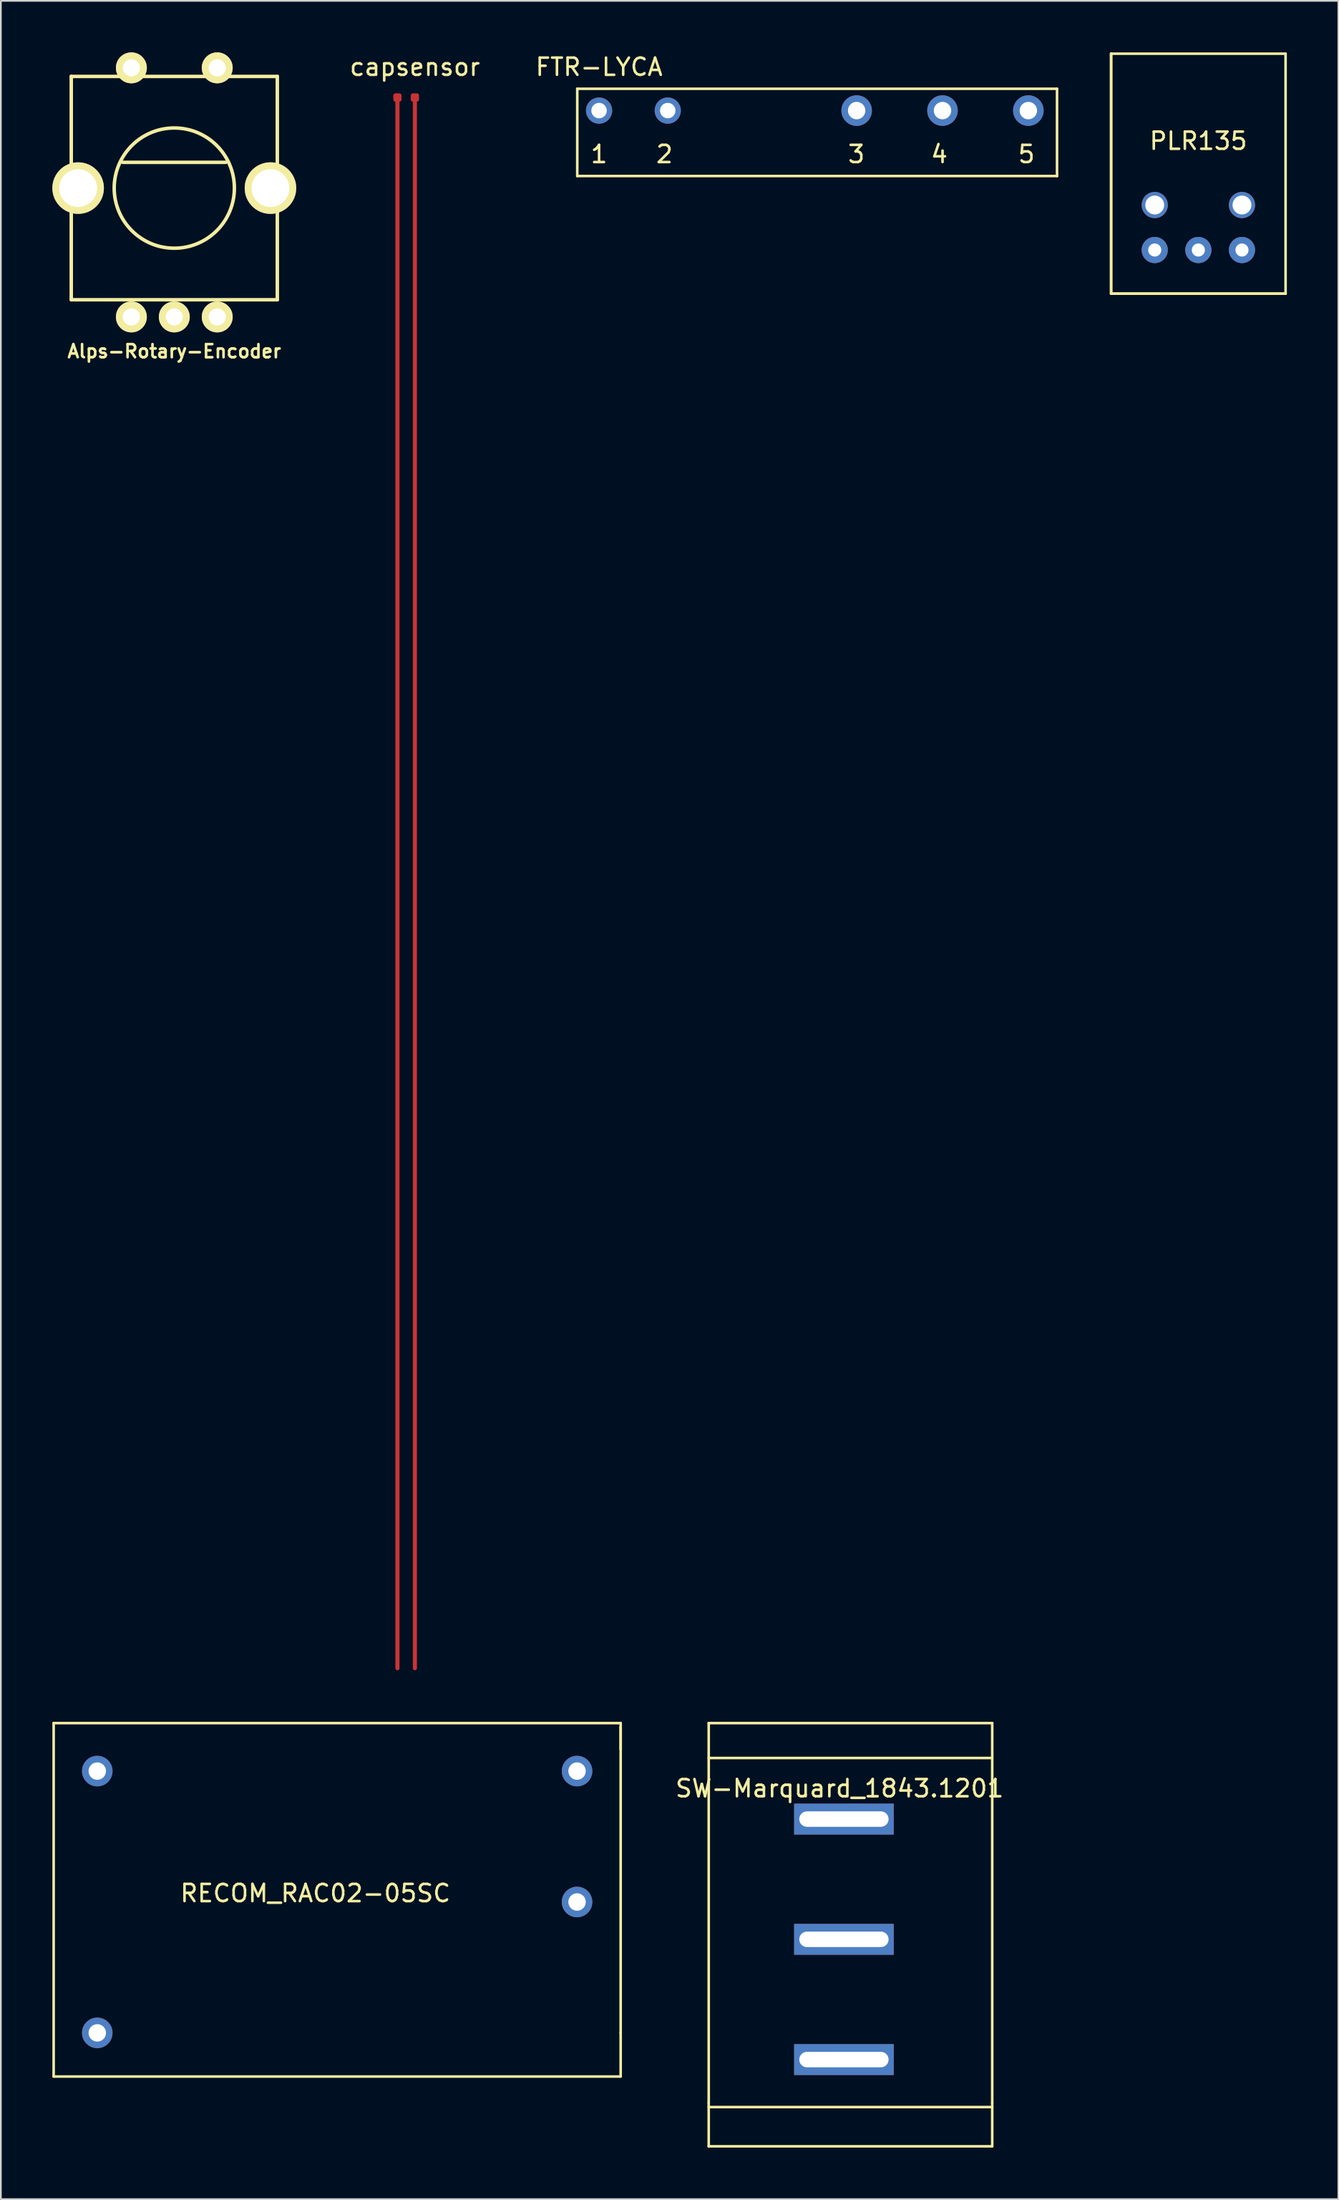
<source format=kicad_pcb>
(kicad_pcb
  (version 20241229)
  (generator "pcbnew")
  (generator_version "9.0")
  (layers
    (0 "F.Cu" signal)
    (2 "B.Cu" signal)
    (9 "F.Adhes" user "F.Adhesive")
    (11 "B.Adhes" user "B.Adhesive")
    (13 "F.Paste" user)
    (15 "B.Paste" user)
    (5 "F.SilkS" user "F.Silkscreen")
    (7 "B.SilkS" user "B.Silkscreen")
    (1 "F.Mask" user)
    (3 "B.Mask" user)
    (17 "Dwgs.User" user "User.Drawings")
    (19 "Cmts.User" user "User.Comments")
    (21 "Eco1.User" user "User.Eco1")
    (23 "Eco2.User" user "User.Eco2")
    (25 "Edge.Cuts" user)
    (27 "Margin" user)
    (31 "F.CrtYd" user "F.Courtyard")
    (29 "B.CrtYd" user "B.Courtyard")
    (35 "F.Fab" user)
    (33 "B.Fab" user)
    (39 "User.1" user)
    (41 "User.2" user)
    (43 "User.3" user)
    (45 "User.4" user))
  (footprint "Alps-Rotary-Encoder"
    (layer "F.Cu")
    (at 7.1 7.9)
    (property "Reference" "Alps-Rotary-Encoder" (at 0 9.5 0) (layer "F.SilkS") (effects (font (size 0.762 0.762) (thickness 0.152))))
    (attr through_hole)
    (fp_line (start -6 -6.5) (end 6 -6.5) (stroke (width 0.203) (type solid)) (layer "F.SilkS"))
    (fp_line (start -6 6.5) (end -6 -6.5) (stroke (width 0.203) (type solid)) (layer "F.SilkS"))
    (fp_line (start 3 -1.5) (end -3 -1.5) (stroke (width 0.203) (type solid)) (layer "F.SilkS"))
    (fp_line (start 6 -6.5) (end 6 6.5) (stroke (width 0.203) (type solid)) (layer "F.SilkS"))
    (fp_line (start 6 6.5) (end -6 6.5) (stroke (width 0.203) (type solid)) (layer "F.SilkS"))
    (fp_circle (center 0 0) (end 3.5 0) (stroke (width 0.203) (type solid)) (fill no) (layer "F.SilkS"))
    (pad "" thru_hole circle (at -5.6 0) (size 3 3) (drill 2.2) (layers "*.Cu" "*.Mask" "F.SilkS"))
    (pad "" thru_hole circle (at 5.6 0) (size 3 3) (drill 2.2) (layers "*.Cu" "*.Mask" "F.SilkS"))
    (pad "1" thru_hole circle (at -2.5 -7) (size 1.8 1.8) (drill 1) (layers "*.Cu" "*.Mask" "F.SilkS"))
    (pad "2" thru_hole circle (at -2.5 7.5) (size 1.8 1.8) (drill 1) (layers "*.Cu" "*.Mask" "F.SilkS"))
    (pad "3" thru_hole circle (at 0 7.5) (size 1.8 1.8) (drill 1) (layers "*.Cu" "*.Mask" "F.SilkS"))
    (pad "4" thru_hole circle (at 2.5 7.5) (size 1.8 1.8) (drill 1) (layers "*.Cu" "*.Mask" "F.SilkS"))
    (pad "5" thru_hole circle (at 2.5 -7) (size 1.8 1.8) (drill 1) (layers "*.Cu" "*.Mask" "F.SilkS")))
  (footprint "RECOM_RAC02-05SC"
    (layer "F.Cu")
    (at 15.315 105.135)
    (property "Reference" "RECOM_RAC02-05SC" (at 0 2.032 0) (layer "F.SilkS") (effects (font (size 1 1) (thickness 0.15))))
    (attr through_hole)
    (fp_line (start -15.24 -7.874) (end 17.78 -7.874) (stroke (width 0.15) (type solid)) (layer "F.SilkS"))
    (fp_line (start -15.24 12.7) (end -15.24 -7.874) (stroke (width 0.15) (type solid)) (layer "F.SilkS"))
    (fp_line (start 17.78 -7.874) (end 17.78 -7.62) (stroke (width 0.15) (type solid)) (layer "F.SilkS"))
    (fp_line (start 17.78 -7.62) (end 17.78 -6.35) (stroke (width 0.15) (type solid)) (layer "F.SilkS"))
    (fp_line (start 17.78 -7.62) (end 17.78 10.16) (stroke (width 0.15) (type solid)) (layer "F.SilkS"))
    (fp_line (start 17.78 10.16) (end 17.78 12.7) (stroke (width 0.15) (type solid)) (layer "F.SilkS"))
    (fp_line (start 17.78 12.7) (end -15.24 12.7) (stroke (width 0.15) (type solid)) (layer "F.SilkS"))
    (pad "1" thru_hole circle (at 15.24 -5.08) (size 1.778 1.778) (drill 1.016) (layers "*.Cu" "*.Mask"))
    (pad "2" thru_hole circle (at 15.24 2.54) (size 1.778 1.778) (drill 1.016) (layers "*.Cu" "*.Mask"))
    (pad "3" thru_hole circle (at -12.7 10.16) (size 1.778 1.778) (drill 1.016) (layers "*.Cu" "*.Mask"))
    (pad "4" thru_hole circle (at -12.7 -5.08) (size 1.778 1.778) (drill 1.016) (layers "*.Cu" "*.Mask")))
  (footprint "FTR-LYCA"
    (layer "F.Cu")
    (at 31.837 3.388)
    (property "Reference" "FTR-LYCA" (at 0 -2.54 0) (layer "F.SilkS") (effects (font (size 1 1) (thickness 0.15))))
    (attr through_hole)
    (fp_line (start -1.27 -1.27) (end -1.27 3.81) (stroke (width 0.15) (type solid)) (layer "F.SilkS"))
    (fp_line (start -1.27 3.81) (end 26.67 3.81) (stroke (width 0.15) (type solid)) (layer "F.SilkS"))
    (fp_line (start 26.67 -1.27) (end -1.27 -1.27) (stroke (width 0.15) (type solid)) (layer "F.SilkS"))
    (fp_line (start 26.67 3.81) (end 26.67 -1.27) (stroke (width 0.15) (type solid)) (layer "F.SilkS"))
    (fp_text user "5" (at 24.892 2.54 0) (layer "F.SilkS") (effects (font (size 1 1) (thickness 0.15))))
    (fp_text user "2" (at 3.81 2.54 0) (layer "F.SilkS") (effects (font (size 1 1) (thickness 0.15))))
    (fp_text user "4" (at 19.812 2.54 0) (layer "F.SilkS") (effects (font (size 1 1) (thickness 0.15))))
    (fp_text user "3" (at 14.986 2.54 0) (layer "F.SilkS") (effects (font (size 1 1) (thickness 0.15))))
    (fp_text user "1" (at 0 2.54 0) (layer "F.SilkS") (effects (font (size 1 1) (thickness 0.15))))
    (pad "1" thru_hole circle (at 0 0) (size 1.524 1.524) (drill 0.9) (layers "*.Cu" "*.Mask"))
    (pad "2" thru_hole circle (at 4 0) (size 1.524 1.524) (drill 0.9) (layers "*.Cu" "*.Mask"))
    (pad "3" thru_hole circle (at 15 0) (size 1.778 1.778) (drill 1.016) (layers "*.Cu" "*.Mask"))
    (pad "4" thru_hole circle (at 20 0) (size 1.778 1.778) (drill 1.016) (layers "*.Cu" "*.Mask"))
    (pad "5" thru_hole circle (at 25 0) (size 1.778 1.778) (drill 1.016) (layers "*.Cu" "*.Mask")))
  (footprint "capsensor"
    (layer "F.Cu")
    (at 20.603 2.626)
    (property "Reference" "capsensor" (at 0.508 -1.778 0) (layer "F.SilkS") (effects (font (size 1 1) (thickness 0.15))))
    (attr smd)
    (fp_line (start -0.508 0) (end -0.508 91.44) (stroke (width 0.24) (type solid)) (layer "F.Cu"))
    (fp_line (start 0.508 0) (end 0.508 91.44) (stroke (width 0.24) (type solid)) (layer "F.Cu"))
    (pad "1" smd roundrect (at -0.508 0) (size 0.48 0.48) (layers "F.Cu" "F.Mask" "F.Paste") (roundrect_rratio 0.25))
    (pad "2" smd roundrect (at 0.508 0) (size 0.48 0.48) (layers "F.Cu" "F.Mask" "F.Paste") (roundrect_rratio 0.25)))
  (footprint "PLR135"
    (layer "F.Cu")
    (at 66.737 8.965)
    (property "Reference" "PLR135" (at 0 -3.81 0) (layer "F.SilkS") (effects (font (size 1 1) (thickness 0.15))))
    (attr through_hole)
    (fp_line (start -5.08 -8.89) (end 5.08 -8.89) (stroke (width 0.15) (type solid)) (layer "F.SilkS"))
    (fp_line (start -5.08 5.08) (end -5.08 -8.89) (stroke (width 0.15) (type solid)) (layer "F.SilkS"))
    (fp_line (start -5.08 5.08) (end -5.08 -8.89) (stroke (width 0.15) (type solid)) (layer "F.SilkS"))
    (fp_line (start -5.08 5.08) (end 5.08 5.08) (stroke (width 0.15) (type solid)) (layer "F.SilkS"))
    (fp_line (start 5.08 -8.89) (end 5.08 5.08) (stroke (width 0.15) (type solid)) (layer "F.SilkS"))
    (fp_line (start 5.08 5.08) (end -5.08 5.08) (stroke (width 0.15) (type solid)) (layer "F.SilkS"))
    (pad "" np_thru_hole circle (at -2.54 -0.08) (size 1.524 1.524) (drill 1.1) (layers "*.Cu" "*.Mask"))
    (pad "" np_thru_hole circle (at 2.54 -0.08) (size 1.524 1.524) (drill 1.1) (layers "*.Cu" "*.Mask"))
    (pad "1" thru_hole circle (at -2.54 2.54) (size 1.524 1.524) (drill 0.762) (layers "*.Cu" "*.Mask"))
    (pad "2" thru_hole circle (at 0 2.54) (size 1.524 1.524) (drill 0.762) (layers "*.Cu" "*.Mask"))
    (pad "3" thru_hole circle (at 2.54 2.54) (size 1.524 1.524) (drill 0.762) (layers "*.Cu" "*.Mask")))
  (footprint "SW-Marquard_1843.1201"
    (layer "F.Cu")
    (at 45.843 109.961)
    (property "Reference" "SW-Marquard_1843.1201" (at 0 -8.898 0) (layer "F.SilkS") (effects (font (size 1 1) (thickness 0.15))))
    (attr through_hole)
    (fp_line (start -7.62 -12.7) (end -7.62 9.398) (stroke (width 0.15) (type solid)) (layer "F.SilkS"))
    (fp_line (start -7.62 -10.668) (end 8.89 -10.668) (stroke (width 0.15) (type solid)) (layer "F.SilkS"))
    (fp_line (start -7.62 9.398) (end -7.62 11.938) (stroke (width 0.15) (type solid)) (layer "F.SilkS"))
    (fp_line (start -7.62 9.652) (end 8.89 9.652) (stroke (width 0.15) (type solid)) (layer "F.SilkS"))
    (fp_line (start -7.62 11.938) (end 8.89 11.938) (stroke (width 0.15) (type solid)) (layer "F.SilkS"))
    (fp_line (start 8.89 -12.7) (end -7.62 -12.7) (stroke (width 0.15) (type solid)) (layer "F.SilkS"))
    (fp_line (start 8.89 9.398) (end 8.89 -12.7) (stroke (width 0.15) (type solid)) (layer "F.SilkS"))
    (fp_line (start 8.89 11.938) (end 8.89 9.398) (stroke (width 0.15) (type solid)) (layer "F.SilkS"))
    (pad "1" thru_hole rect (at 0.254 -7.112) (size 5.8 1.8) (drill oval 5.2 0.9) (layers "*.Cu" "*.Mask"))
    (pad "2" thru_hole rect (at 0.254 -0.112) (size 5.8 1.8) (drill oval 5.2 0.9) (layers "*.Cu" "*.Mask"))
    (pad "3" thru_hole rect (at 0.254 6.888) (size 5.8 1.8) (drill oval 5.2 0.9) (layers "*.Cu" "*.Mask")))
  (gr_rect
    (start -3 -3)
    (end 74.892 124.974)
    (stroke (width 0.1) (type default))
    (fill no)
    (layer "Edge.Cuts")))
</source>
